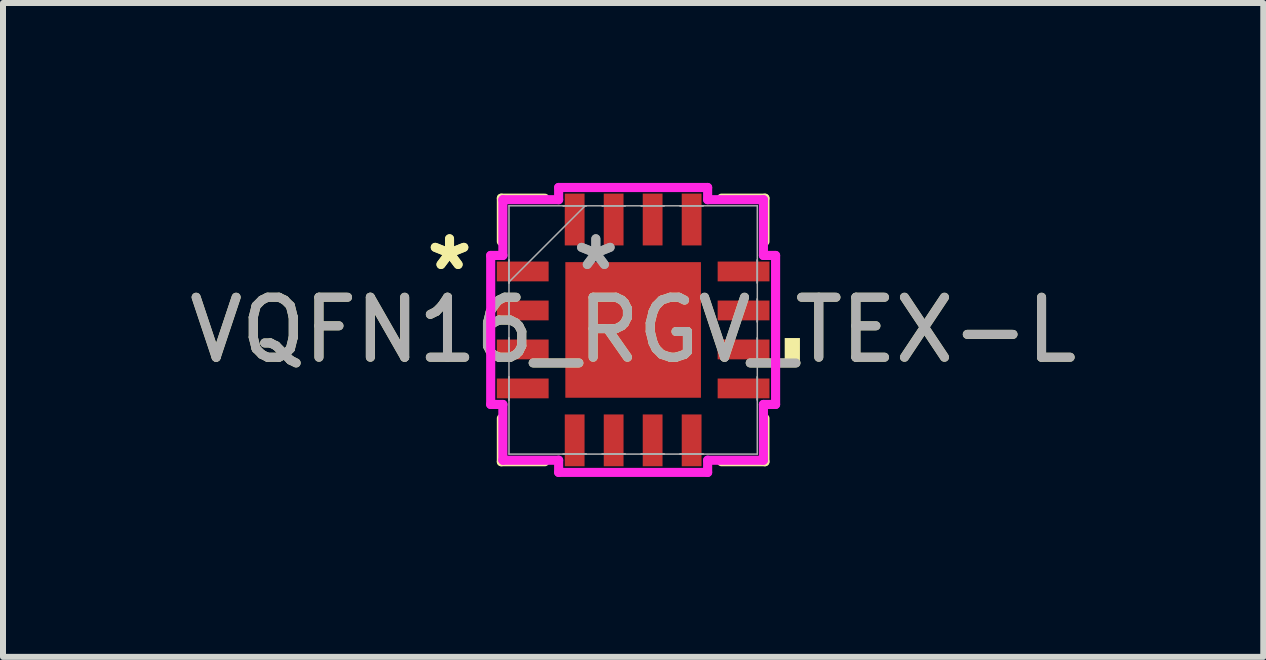
<source format=kicad_pcb>
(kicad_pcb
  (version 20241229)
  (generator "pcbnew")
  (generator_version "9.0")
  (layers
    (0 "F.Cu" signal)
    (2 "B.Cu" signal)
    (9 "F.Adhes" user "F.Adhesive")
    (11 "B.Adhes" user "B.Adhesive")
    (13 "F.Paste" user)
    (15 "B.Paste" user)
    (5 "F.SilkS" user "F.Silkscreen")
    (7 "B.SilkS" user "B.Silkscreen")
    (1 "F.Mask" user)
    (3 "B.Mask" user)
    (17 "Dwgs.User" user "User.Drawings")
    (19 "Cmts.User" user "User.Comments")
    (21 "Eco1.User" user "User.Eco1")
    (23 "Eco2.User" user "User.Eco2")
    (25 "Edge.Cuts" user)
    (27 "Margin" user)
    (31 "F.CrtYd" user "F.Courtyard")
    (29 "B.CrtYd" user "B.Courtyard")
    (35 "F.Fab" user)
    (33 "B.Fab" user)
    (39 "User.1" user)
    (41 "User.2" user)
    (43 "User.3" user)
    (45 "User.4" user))
  (footprint "VQFN16_RGV_TEX-L"
    (layer "F.Cu")
    (at 7.506 2.451)
    (property "Reference" "VQFN16_RGV_TEX-L" (at 0 0 0) (unlocked yes) (layer "F.SilkS") (effects (font (size 1 1) (thickness 0.15))))
    (attr smd)
    (fp_line (start -2.197 -2.197) (end -2.197 -1.473) (stroke (width 0.152) (type solid)) (layer "F.SilkS"))
    (fp_line (start -2.197 1.473) (end -2.197 2.197) (stroke (width 0.152) (type solid)) (layer "F.SilkS"))
    (fp_line (start -2.197 2.197) (end -1.473 2.197) (stroke (width 0.152) (type solid)) (layer "F.SilkS"))
    (fp_line (start -1.473 -2.197) (end -2.197 -2.197) (stroke (width 0.152) (type solid)) (layer "F.SilkS"))
    (fp_line (start 1.473 2.197) (end 2.197 2.197) (stroke (width 0.152) (type solid)) (layer "F.SilkS"))
    (fp_line (start 2.197 -2.197) (end 1.473 -2.197) (stroke (width 0.152) (type solid)) (layer "F.SilkS"))
    (fp_line (start 2.197 -1.473) (end 2.197 -2.197) (stroke (width 0.152) (type solid)) (layer "F.SilkS"))
    (fp_line (start 2.197 2.197) (end 2.197 1.473) (stroke (width 0.152) (type solid)) (layer "F.SilkS"))
    (fp_poly (pts (xy 2.781 0.135) (xy 2.781 0.516) (xy 2.527 0.516) (xy 2.527 0.135)) (stroke (width 0) (type solid)) (fill yes) (layer "F.SilkS"))
    (fp_line (start -2.375 -1.242) (end -2.172 -1.242) (stroke (width 0.152) (type solid)) (layer "F.CrtYd"))
    (fp_line (start -2.375 1.242) (end -2.375 -1.242) (stroke (width 0.152) (type solid)) (layer "F.CrtYd"))
    (fp_line (start -2.172 -2.172) (end -1.242 -2.172) (stroke (width 0.152) (type solid)) (layer "F.CrtYd"))
    (fp_line (start -2.172 -1.242) (end -2.172 -2.172) (stroke (width 0.152) (type solid)) (layer "F.CrtYd"))
    (fp_line (start -2.172 1.242) (end -2.375 1.242) (stroke (width 0.152) (type solid)) (layer "F.CrtYd"))
    (fp_line (start -2.172 2.172) (end -2.172 1.242) (stroke (width 0.152) (type solid)) (layer "F.CrtYd"))
    (fp_line (start -1.242 -2.375) (end 1.242 -2.375) (stroke (width 0.152) (type solid)) (layer "F.CrtYd"))
    (fp_line (start -1.242 -2.172) (end -1.242 -2.375) (stroke (width 0.152) (type solid)) (layer "F.CrtYd"))
    (fp_line (start -1.242 2.172) (end -2.172 2.172) (stroke (width 0.152) (type solid)) (layer "F.CrtYd"))
    (fp_line (start -1.242 2.375) (end -1.242 2.172) (stroke (width 0.152) (type solid)) (layer "F.CrtYd"))
    (fp_line (start 1.242 -2.375) (end 1.242 -2.172) (stroke (width 0.152) (type solid)) (layer "F.CrtYd"))
    (fp_line (start 1.242 -2.172) (end 2.172 -2.172) (stroke (width 0.152) (type solid)) (layer "F.CrtYd"))
    (fp_line (start 1.242 2.172) (end 1.242 2.375) (stroke (width 0.152) (type solid)) (layer "F.CrtYd"))
    (fp_line (start 1.242 2.375) (end -1.242 2.375) (stroke (width 0.152) (type solid)) (layer "F.CrtYd"))
    (fp_line (start 2.172 -2.172) (end 2.172 -1.242) (stroke (width 0.152) (type solid)) (layer "F.CrtYd"))
    (fp_line (start 2.172 -1.242) (end 2.375 -1.242) (stroke (width 0.152) (type solid)) (layer "F.CrtYd"))
    (fp_line (start 2.172 1.242) (end 2.172 2.172) (stroke (width 0.152) (type solid)) (layer "F.CrtYd"))
    (fp_line (start 2.172 2.172) (end 1.242 2.172) (stroke (width 0.152) (type solid)) (layer "F.CrtYd"))
    (fp_line (start 2.375 -1.242) (end 2.375 1.242) (stroke (width 0.152) (type solid)) (layer "F.CrtYd"))
    (fp_line (start 2.375 1.242) (end 2.172 1.242) (stroke (width 0.152) (type solid)) (layer "F.CrtYd"))
    (fp_line (start -2.07 -2.07) (end -2.07 2.07) (stroke (width 0.025) (type solid)) (layer "F.Fab"))
    (fp_line (start -2.07 -1.165) (end -2.07 -1.165) (stroke (width 0.025) (type solid)) (layer "F.Fab"))
    (fp_line (start -2.07 -1.165) (end -2.07 -0.784) (stroke (width 0.025) (type solid)) (layer "F.Fab"))
    (fp_line (start -2.07 -0.8) (end -0.8 -2.07) (stroke (width 0.025) (type solid)) (layer "F.Fab"))
    (fp_line (start -2.07 -0.784) (end -2.07 -1.165) (stroke (width 0.025) (type solid)) (layer "F.Fab"))
    (fp_line (start -2.07 -0.784) (end -2.07 -0.784) (stroke (width 0.025) (type solid)) (layer "F.Fab"))
    (fp_line (start -2.07 -0.515) (end -2.07 -0.515) (stroke (width 0.025) (type solid)) (layer "F.Fab"))
    (fp_line (start -2.07 -0.515) (end -2.07 -0.135) (stroke (width 0.025) (type solid)) (layer "F.Fab"))
    (fp_line (start -2.07 -0.135) (end -2.07 -0.515) (stroke (width 0.025) (type solid)) (layer "F.Fab"))
    (fp_line (start -2.07 -0.135) (end -2.07 -0.135) (stroke (width 0.025) (type solid)) (layer "F.Fab"))
    (fp_line (start -2.07 0.135) (end -2.07 0.135) (stroke (width 0.025) (type solid)) (layer "F.Fab"))
    (fp_line (start -2.07 0.135) (end -2.07 0.515) (stroke (width 0.025) (type solid)) (layer "F.Fab"))
    (fp_line (start -2.07 0.515) (end -2.07 0.135) (stroke (width 0.025) (type solid)) (layer "F.Fab"))
    (fp_line (start -2.07 0.515) (end -2.07 0.515) (stroke (width 0.025) (type solid)) (layer "F.Fab"))
    (fp_line (start -2.07 0.784) (end -2.07 0.784) (stroke (width 0.025) (type solid)) (layer "F.Fab"))
    (fp_line (start -2.07 0.784) (end -2.07 1.165) (stroke (width 0.025) (type solid)) (layer "F.Fab"))
    (fp_line (start -2.07 1.165) (end -2.07 0.784) (stroke (width 0.025) (type solid)) (layer "F.Fab"))
    (fp_line (start -2.07 1.165) (end -2.07 1.165) (stroke (width 0.025) (type solid)) (layer "F.Fab"))
    (fp_line (start -2.07 2.07) (end 2.07 2.07) (stroke (width 0.025) (type solid)) (layer "F.Fab"))
    (fp_line (start -1.165 -2.07) (end -1.165 -2.07) (stroke (width 0.025) (type solid)) (layer "F.Fab"))
    (fp_line (start -1.165 -2.07) (end -0.784 -2.07) (stroke (width 0.025) (type solid)) (layer "F.Fab"))
    (fp_line (start -1.165 2.07) (end -1.165 2.07) (stroke (width 0.025) (type solid)) (layer "F.Fab"))
    (fp_line (start -1.165 2.07) (end -0.784 2.07) (stroke (width 0.025) (type solid)) (layer "F.Fab"))
    (fp_line (start -0.784 -2.07) (end -1.165 -2.07) (stroke (width 0.025) (type solid)) (layer "F.Fab"))
    (fp_line (start -0.784 -2.07) (end -0.784 -2.07) (stroke (width 0.025) (type solid)) (layer "F.Fab"))
    (fp_line (start -0.784 2.07) (end -1.165 2.07) (stroke (width 0.025) (type solid)) (layer "F.Fab"))
    (fp_line (start -0.784 2.07) (end -0.784 2.07) (stroke (width 0.025) (type solid)) (layer "F.Fab"))
    (fp_line (start -0.515 -2.07) (end -0.515 -2.07) (stroke (width 0.025) (type solid)) (layer "F.Fab"))
    (fp_line (start -0.515 -2.07) (end -0.135 -2.07) (stroke (width 0.025) (type solid)) (layer "F.Fab"))
    (fp_line (start -0.515 2.07) (end -0.515 2.07) (stroke (width 0.025) (type solid)) (layer "F.Fab"))
    (fp_line (start -0.515 2.07) (end -0.135 2.07) (stroke (width 0.025) (type solid)) (layer "F.Fab"))
    (fp_line (start -0.135 -2.07) (end -0.515 -2.07) (stroke (width 0.025) (type solid)) (layer "F.Fab"))
    (fp_line (start -0.135 -2.07) (end -0.135 -2.07) (stroke (width 0.025) (type solid)) (layer "F.Fab"))
    (fp_line (start -0.135 2.07) (end -0.515 2.07) (stroke (width 0.025) (type solid)) (layer "F.Fab"))
    (fp_line (start -0.135 2.07) (end -0.135 2.07) (stroke (width 0.025) (type solid)) (layer "F.Fab"))
    (fp_line (start 0.135 -2.07) (end 0.135 -2.07) (stroke (width 0.025) (type solid)) (layer "F.Fab"))
    (fp_line (start 0.135 -2.07) (end 0.515 -2.07) (stroke (width 0.025) (type solid)) (layer "F.Fab"))
    (fp_line (start 0.135 2.07) (end 0.135 2.07) (stroke (width 0.025) (type solid)) (layer "F.Fab"))
    (fp_line (start 0.135 2.07) (end 0.515 2.07) (stroke (width 0.025) (type solid)) (layer "F.Fab"))
    (fp_line (start 0.515 -2.07) (end 0.135 -2.07) (stroke (width 0.025) (type solid)) (layer "F.Fab"))
    (fp_line (start 0.515 -2.07) (end 0.515 -2.07) (stroke (width 0.025) (type solid)) (layer "F.Fab"))
    (fp_line (start 0.515 2.07) (end 0.135 2.07) (stroke (width 0.025) (type solid)) (layer "F.Fab"))
    (fp_line (start 0.515 2.07) (end 0.515 2.07) (stroke (width 0.025) (type solid)) (layer "F.Fab"))
    (fp_line (start 0.784 -2.07) (end 0.784 -2.07) (stroke (width 0.025) (type solid)) (layer "F.Fab"))
    (fp_line (start 0.784 -2.07) (end 1.165 -2.07) (stroke (width 0.025) (type solid)) (layer "F.Fab"))
    (fp_line (start 0.784 2.07) (end 0.784 2.07) (stroke (width 0.025) (type solid)) (layer "F.Fab"))
    (fp_line (start 0.784 2.07) (end 1.165 2.07) (stroke (width 0.025) (type solid)) (layer "F.Fab"))
    (fp_line (start 1.165 -2.07) (end 0.784 -2.07) (stroke (width 0.025) (type solid)) (layer "F.Fab"))
    (fp_line (start 1.165 -2.07) (end 1.165 -2.07) (stroke (width 0.025) (type solid)) (layer "F.Fab"))
    (fp_line (start 1.165 2.07) (end 0.784 2.07) (stroke (width 0.025) (type solid)) (layer "F.Fab"))
    (fp_line (start 1.165 2.07) (end 1.165 2.07) (stroke (width 0.025) (type solid)) (layer "F.Fab"))
    (fp_line (start 2.07 -2.07) (end -2.07 -2.07) (stroke (width 0.025) (type solid)) (layer "F.Fab"))
    (fp_line (start 2.07 -1.165) (end 2.07 -1.165) (stroke (width 0.025) (type solid)) (layer "F.Fab"))
    (fp_line (start 2.07 -1.165) (end 2.07 -0.784) (stroke (width 0.025) (type solid)) (layer "F.Fab"))
    (fp_line (start 2.07 -0.784) (end 2.07 -1.165) (stroke (width 0.025) (type solid)) (layer "F.Fab"))
    (fp_line (start 2.07 -0.784) (end 2.07 -0.784) (stroke (width 0.025) (type solid)) (layer "F.Fab"))
    (fp_line (start 2.07 -0.515) (end 2.07 -0.515) (stroke (width 0.025) (type solid)) (layer "F.Fab"))
    (fp_line (start 2.07 -0.515) (end 2.07 -0.135) (stroke (width 0.025) (type solid)) (layer "F.Fab"))
    (fp_line (start 2.07 -0.135) (end 2.07 -0.515) (stroke (width 0.025) (type solid)) (layer "F.Fab"))
    (fp_line (start 2.07 -0.135) (end 2.07 -0.135) (stroke (width 0.025) (type solid)) (layer "F.Fab"))
    (fp_line (start 2.07 0.135) (end 2.07 0.135) (stroke (width 0.025) (type solid)) (layer "F.Fab"))
    (fp_line (start 2.07 0.135) (end 2.07 0.515) (stroke (width 0.025) (type solid)) (layer "F.Fab"))
    (fp_line (start 2.07 0.515) (end 2.07 0.135) (stroke (width 0.025) (type solid)) (layer "F.Fab"))
    (fp_line (start 2.07 0.515) (end 2.07 0.515) (stroke (width 0.025) (type solid)) (layer "F.Fab"))
    (fp_line (start 2.07 0.784) (end 2.07 0.784) (stroke (width 0.025) (type solid)) (layer "F.Fab"))
    (fp_line (start 2.07 0.784) (end 2.07 1.165) (stroke (width 0.025) (type solid)) (layer "F.Fab"))
    (fp_line (start 2.07 1.165) (end 2.07 0.784) (stroke (width 0.025) (type solid)) (layer "F.Fab"))
    (fp_line (start 2.07 1.165) (end 2.07 1.165) (stroke (width 0.025) (type solid)) (layer "F.Fab"))
    (fp_line (start 2.07 2.07) (end 2.07 -2.07) (stroke (width 0.025) (type solid)) (layer "F.Fab"))
    (fp_text user "*" (at -3.061 -0.975 0) (unlocked yes) (layer "F.SilkS") (effects (font (size 1 1) (thickness 0.15))))
    (fp_text user "*" (at -3.061 -0.975 0) (layer "F.SilkS") (effects (font (size 1 1) (thickness 0.15))))
    (fp_text user "*" (at -0.622 -0.975 0) (unlocked yes) (layer "F.Fab") (effects (font (size 1 1) (thickness 0.15))))
    (fp_text user "*" (at -0.622 -0.975 0) (layer "F.Fab") (effects (font (size 1 1) (thickness 0.15))))
    (fp_text user "${REFERENCE}" (at 0 0 0) (unlocked yes) (layer "F.Fab") (effects (font (size 1 1) (thickness 0.15))))
    (pad "1" smd rect (at -1.841 -0.975 90) (size 0.33 0.864) (layers "F.Cu" "F.Mask" "F.Paste"))
    (pad "2" smd rect (at -1.841 -0.325 90) (size 0.33 0.864) (layers "F.Cu" "F.Mask" "F.Paste"))
    (pad "3" smd rect (at -1.841 0.325 90) (size 0.33 0.864) (layers "F.Cu" "F.Mask" "F.Paste"))
    (pad "4" smd rect (at -1.841 0.975 90) (size 0.33 0.864) (layers "F.Cu" "F.Mask" "F.Paste"))
    (pad "5" smd rect (at -0.975 1.841) (size 0.33 0.864) (layers "F.Cu" "F.Mask" "F.Paste"))
    (pad "6" smd rect (at -0.325 1.841) (size 0.33 0.864) (layers "F.Cu" "F.Mask" "F.Paste"))
    (pad "7" smd rect (at 0.325 1.841) (size 0.33 0.864) (layers "F.Cu" "F.Mask" "F.Paste"))
    (pad "8" smd rect (at 0.975 1.841) (size 0.33 0.864) (layers "F.Cu" "F.Mask" "F.Paste"))
    (pad "9" smd rect (at 1.841 0.975 90) (size 0.33 0.864) (layers "F.Cu" "F.Mask" "F.Paste"))
    (pad "10" smd rect (at 1.841 0.325 90) (size 0.33 0.864) (layers "F.Cu" "F.Mask" "F.Paste"))
    (pad "11" smd rect (at 1.841 -0.325 90) (size 0.33 0.864) (layers "F.Cu" "F.Mask" "F.Paste"))
    (pad "12" smd rect (at 1.841 -0.975 90) (size 0.33 0.864) (layers "F.Cu" "F.Mask" "F.Paste"))
    (pad "13" smd rect (at 0.975 -1.841) (size 0.33 0.864) (layers "F.Cu" "F.Mask" "F.Paste"))
    (pad "14" smd rect (at 0.325 -1.841) (size 0.33 0.864) (layers "F.Cu" "F.Mask" "F.Paste"))
    (pad "15" smd rect (at -0.325 -1.841) (size 0.33 0.864) (layers "F.Cu" "F.Mask" "F.Paste"))
    (pad "16" smd rect (at -0.975 -1.841) (size 0.33 0.864) (layers "F.Cu" "F.Mask" "F.Paste"))
    (pad "17" smd rect (at 0 0) (size 2.261 2.261) (layers "F.Cu" "F.Mask" "F.Paste")))
  (gr_rect
    (start -3 -3)
    (end 18.012 7.902)
    (stroke (width 0.1) (type default))
    (fill no)
    (layer "Edge.Cuts")))
</source>
